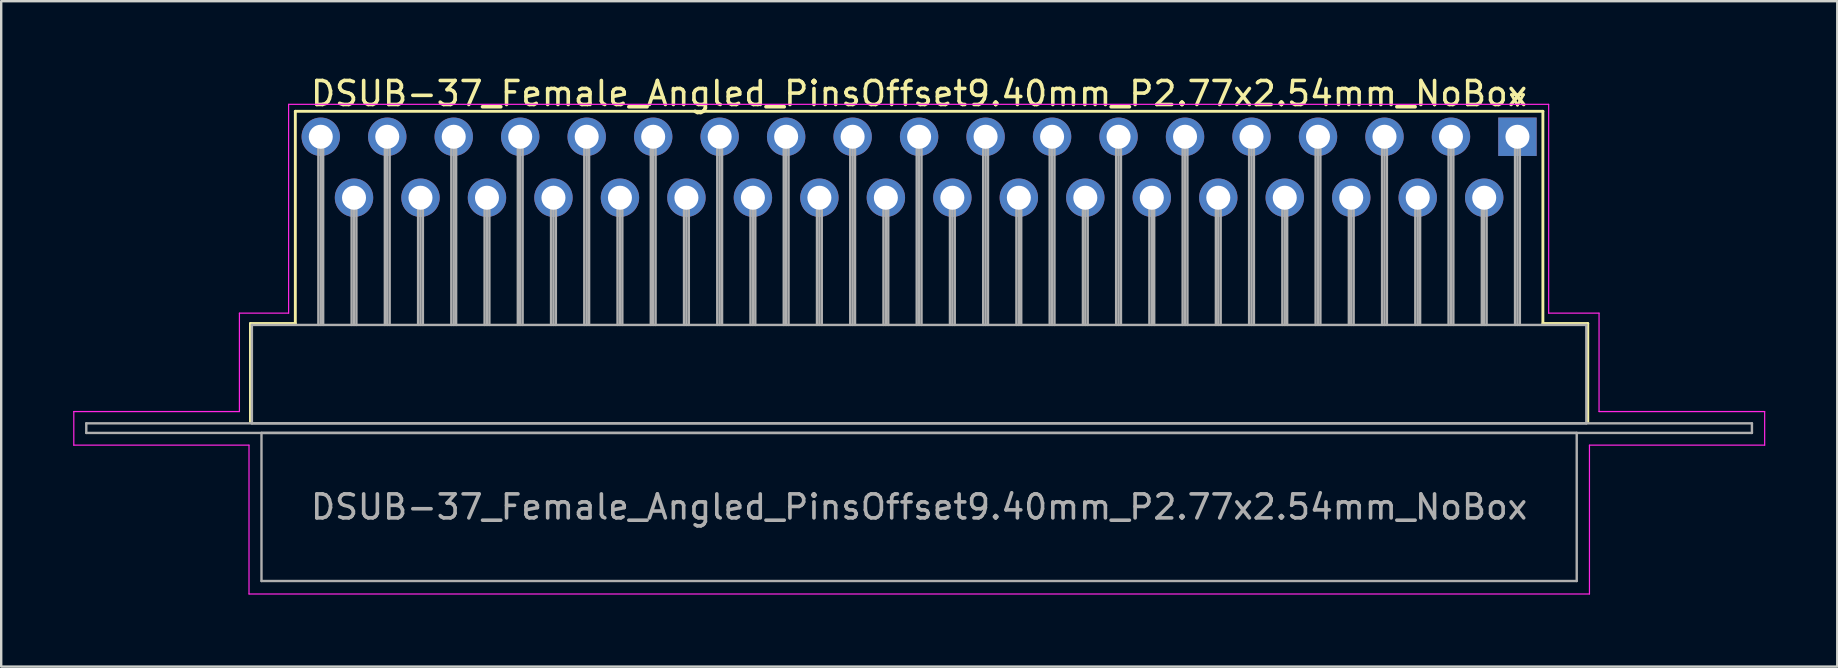
<source format=kicad_pcb>
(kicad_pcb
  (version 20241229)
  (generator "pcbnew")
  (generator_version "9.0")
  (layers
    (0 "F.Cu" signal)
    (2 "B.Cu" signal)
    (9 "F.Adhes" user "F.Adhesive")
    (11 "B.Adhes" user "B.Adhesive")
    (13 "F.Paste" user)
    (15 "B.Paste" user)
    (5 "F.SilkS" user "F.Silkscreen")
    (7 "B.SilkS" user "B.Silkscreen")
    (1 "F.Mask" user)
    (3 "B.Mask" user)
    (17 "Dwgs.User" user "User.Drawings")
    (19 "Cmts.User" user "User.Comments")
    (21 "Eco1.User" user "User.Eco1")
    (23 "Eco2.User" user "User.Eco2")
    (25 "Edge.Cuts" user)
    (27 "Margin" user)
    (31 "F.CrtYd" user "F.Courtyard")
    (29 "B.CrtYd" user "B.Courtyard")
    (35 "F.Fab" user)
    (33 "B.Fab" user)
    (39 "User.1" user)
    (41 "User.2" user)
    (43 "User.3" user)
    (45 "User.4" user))
  (footprint "DSUB-37_Female_Angled_PinsOffset9.40mm_P2.77x2.54mm_NoBox"
    (layer "F.Cu")
    (at 60.175 2.648)
    (property "Reference" "DSUB-37_Female_Angled_PinsOffset9.40mm_P2.77x2.54mm_NoBox" (at -24.93 -1.8 0) (layer "F.SilkS") (effects (font (size 1 1) (thickness 0.15))))
    (attr through_hole)
    (fp_line (start -52.79 7.78) (end -50.92 7.78) (stroke (width 0.12) (type solid)) (layer "F.SilkS"))
    (fp_line (start -52.79 11.88) (end -52.79 7.78) (stroke (width 0.12) (type solid)) (layer "F.SilkS"))
    (fp_line (start -50.92 -1.06) (end 1.06 -1.06) (stroke (width 0.12) (type solid)) (layer "F.SilkS"))
    (fp_line (start -50.92 7.78) (end -50.92 -1.06) (stroke (width 0.12) (type solid)) (layer "F.SilkS"))
    (fp_line (start -0.25 -1.754) (end 0.25 -1.754) (stroke (width 0.12) (type solid)) (layer "F.SilkS"))
    (fp_line (start 0 -1.321) (end -0.25 -1.754) (stroke (width 0.12) (type solid)) (layer "F.SilkS"))
    (fp_line (start 0.25 -1.754) (end 0 -1.321) (stroke (width 0.12) (type solid)) (layer "F.SilkS"))
    (fp_line (start 1.06 -1.06) (end 1.06 7.78) (stroke (width 0.12) (type solid)) (layer "F.SilkS"))
    (fp_line (start 1.06 7.78) (end 2.93 7.78) (stroke (width 0.12) (type solid)) (layer "F.SilkS"))
    (fp_line (start 2.93 7.78) (end 2.93 11.88) (stroke (width 0.12) (type solid)) (layer "F.SilkS"))
    (fp_line (start -60.15 11.45) (end -53.25 11.45) (stroke (width 0.05) (type solid)) (layer "F.CrtYd"))
    (fp_line (start -60.15 12.85) (end -60.15 11.45) (stroke (width 0.05) (type solid)) (layer "F.CrtYd"))
    (fp_line (start -53.25 7.35) (end -51.2 7.35) (stroke (width 0.05) (type solid)) (layer "F.CrtYd"))
    (fp_line (start -53.25 11.45) (end -53.25 7.35) (stroke (width 0.05) (type solid)) (layer "F.CrtYd"))
    (fp_line (start -52.85 12.85) (end -60.15 12.85) (stroke (width 0.05) (type solid)) (layer "F.CrtYd"))
    (fp_line (start -52.85 19.05) (end -52.85 12.85) (stroke (width 0.05) (type solid)) (layer "F.CrtYd"))
    (fp_line (start -51.2 -1.35) (end 1.3 -1.35) (stroke (width 0.05) (type solid)) (layer "F.CrtYd"))
    (fp_line (start -51.2 7.35) (end -51.2 -1.35) (stroke (width 0.05) (type solid)) (layer "F.CrtYd"))
    (fp_line (start 1.3 -1.35) (end 1.3 7.35) (stroke (width 0.05) (type solid)) (layer "F.CrtYd"))
    (fp_line (start 1.3 7.35) (end 3.4 7.35) (stroke (width 0.05) (type solid)) (layer "F.CrtYd"))
    (fp_line (start 3 12.85) (end 3 19.05) (stroke (width 0.05) (type solid)) (layer "F.CrtYd"))
    (fp_line (start 3 19.05) (end -52.85 19.05) (stroke (width 0.05) (type solid)) (layer "F.CrtYd"))
    (fp_line (start 3.4 7.35) (end 3.4 11.45) (stroke (width 0.05) (type solid)) (layer "F.CrtYd"))
    (fp_line (start 3.4 11.45) (end 10.3 11.45) (stroke (width 0.05) (type solid)) (layer "F.CrtYd"))
    (fp_line (start 10.3 11.45) (end 10.3 12.85) (stroke (width 0.05) (type solid)) (layer "F.CrtYd"))
    (fp_line (start 10.3 12.85) (end 3 12.85) (stroke (width 0.05) (type solid)) (layer "F.CrtYd"))
    (fp_line (start -59.63 11.94) (end -59.63 12.34) (stroke (width 0.1) (type solid)) (layer "F.Fab"))
    (fp_line (start -59.63 12.34) (end 9.77 12.34) (stroke (width 0.1) (type solid)) (layer "F.Fab"))
    (fp_line (start -52.73 7.84) (end -52.73 11.94) (stroke (width 0.1) (type solid)) (layer "F.Fab"))
    (fp_line (start -52.73 11.94) (end 2.87 11.94) (stroke (width 0.1) (type solid)) (layer "F.Fab"))
    (fp_line (start -52.33 12.34) (end -52.33 18.51) (stroke (width 0.1) (type solid)) (layer "F.Fab"))
    (fp_line (start -52.33 18.51) (end 2.47 18.51) (stroke (width 0.1) (type solid)) (layer "F.Fab"))
    (fp_line (start -49.96 0) (end -49.96 7.84) (stroke (width 0.1) (type solid)) (layer "F.Fab"))
    (fp_line (start -49.86 0) (end -49.86 7.84) (stroke (width 0.1) (type solid)) (layer "F.Fab"))
    (fp_line (start -49.76 0) (end -49.76 7.84) (stroke (width 0.1) (type solid)) (layer "F.Fab"))
    (fp_line (start -48.575 2.54) (end -48.575 7.84) (stroke (width 0.1) (type solid)) (layer "F.Fab"))
    (fp_line (start -48.475 2.54) (end -48.475 7.84) (stroke (width 0.1) (type solid)) (layer "F.Fab"))
    (fp_line (start -48.375 2.54) (end -48.375 7.84) (stroke (width 0.1) (type solid)) (layer "F.Fab"))
    (fp_line (start -47.19 0) (end -47.19 7.84) (stroke (width 0.1) (type solid)) (layer "F.Fab"))
    (fp_line (start -47.09 0) (end -47.09 7.84) (stroke (width 0.1) (type solid)) (layer "F.Fab"))
    (fp_line (start -46.99 0) (end -46.99 7.84) (stroke (width 0.1) (type solid)) (layer "F.Fab"))
    (fp_line (start -45.805 2.54) (end -45.805 7.84) (stroke (width 0.1) (type solid)) (layer "F.Fab"))
    (fp_line (start -45.705 2.54) (end -45.705 7.84) (stroke (width 0.1) (type solid)) (layer "F.Fab"))
    (fp_line (start -45.605 2.54) (end -45.605 7.84) (stroke (width 0.1) (type solid)) (layer "F.Fab"))
    (fp_line (start -44.42 0) (end -44.42 7.84) (stroke (width 0.1) (type solid)) (layer "F.Fab"))
    (fp_line (start -44.32 0) (end -44.32 7.84) (stroke (width 0.1) (type solid)) (layer "F.Fab"))
    (fp_line (start -44.22 0) (end -44.22 7.84) (stroke (width 0.1) (type solid)) (layer "F.Fab"))
    (fp_line (start -43.035 2.54) (end -43.035 7.84) (stroke (width 0.1) (type solid)) (layer "F.Fab"))
    (fp_line (start -42.935 2.54) (end -42.935 7.84) (stroke (width 0.1) (type solid)) (layer "F.Fab"))
    (fp_line (start -42.835 2.54) (end -42.835 7.84) (stroke (width 0.1) (type solid)) (layer "F.Fab"))
    (fp_line (start -41.65 0) (end -41.65 7.84) (stroke (width 0.1) (type solid)) (layer "F.Fab"))
    (fp_line (start -41.55 0) (end -41.55 7.84) (stroke (width 0.1) (type solid)) (layer "F.Fab"))
    (fp_line (start -41.45 0) (end -41.45 7.84) (stroke (width 0.1) (type solid)) (layer "F.Fab"))
    (fp_line (start -40.265 2.54) (end -40.265 7.84) (stroke (width 0.1) (type solid)) (layer "F.Fab"))
    (fp_line (start -40.165 2.54) (end -40.165 7.84) (stroke (width 0.1) (type solid)) (layer "F.Fab"))
    (fp_line (start -40.065 2.54) (end -40.065 7.84) (stroke (width 0.1) (type solid)) (layer "F.Fab"))
    (fp_line (start -38.88 0) (end -38.88 7.84) (stroke (width 0.1) (type solid)) (layer "F.Fab"))
    (fp_line (start -38.78 0) (end -38.78 7.84) (stroke (width 0.1) (type solid)) (layer "F.Fab"))
    (fp_line (start -38.68 0) (end -38.68 7.84) (stroke (width 0.1) (type solid)) (layer "F.Fab"))
    (fp_line (start -37.495 2.54) (end -37.495 7.84) (stroke (width 0.1) (type solid)) (layer "F.Fab"))
    (fp_line (start -37.395 2.54) (end -37.395 7.84) (stroke (width 0.1) (type solid)) (layer "F.Fab"))
    (fp_line (start -37.295 2.54) (end -37.295 7.84) (stroke (width 0.1) (type solid)) (layer "F.Fab"))
    (fp_line (start -36.11 0) (end -36.11 7.84) (stroke (width 0.1) (type solid)) (layer "F.Fab"))
    (fp_line (start -36.01 0) (end -36.01 7.84) (stroke (width 0.1) (type solid)) (layer "F.Fab"))
    (fp_line (start -35.91 0) (end -35.91 7.84) (stroke (width 0.1) (type solid)) (layer "F.Fab"))
    (fp_line (start -34.725 2.54) (end -34.725 7.84) (stroke (width 0.1) (type solid)) (layer "F.Fab"))
    (fp_line (start -34.625 2.54) (end -34.625 7.84) (stroke (width 0.1) (type solid)) (layer "F.Fab"))
    (fp_line (start -34.525 2.54) (end -34.525 7.84) (stroke (width 0.1) (type solid)) (layer "F.Fab"))
    (fp_line (start -33.34 0) (end -33.34 7.84) (stroke (width 0.1) (type solid)) (layer "F.Fab"))
    (fp_line (start -33.24 0) (end -33.24 7.84) (stroke (width 0.1) (type solid)) (layer "F.Fab"))
    (fp_line (start -33.14 0) (end -33.14 7.84) (stroke (width 0.1) (type solid)) (layer "F.Fab"))
    (fp_line (start -31.955 2.54) (end -31.955 7.84) (stroke (width 0.1) (type solid)) (layer "F.Fab"))
    (fp_line (start -31.855 2.54) (end -31.855 7.84) (stroke (width 0.1) (type solid)) (layer "F.Fab"))
    (fp_line (start -31.755 2.54) (end -31.755 7.84) (stroke (width 0.1) (type solid)) (layer "F.Fab"))
    (fp_line (start -30.57 0) (end -30.57 7.84) (stroke (width 0.1) (type solid)) (layer "F.Fab"))
    (fp_line (start -30.47 0) (end -30.47 7.84) (stroke (width 0.1) (type solid)) (layer "F.Fab"))
    (fp_line (start -30.37 0) (end -30.37 7.84) (stroke (width 0.1) (type solid)) (layer "F.Fab"))
    (fp_line (start -29.185 2.54) (end -29.185 7.84) (stroke (width 0.1) (type solid)) (layer "F.Fab"))
    (fp_line (start -29.085 2.54) (end -29.085 7.84) (stroke (width 0.1) (type solid)) (layer "F.Fab"))
    (fp_line (start -28.985 2.54) (end -28.985 7.84) (stroke (width 0.1) (type solid)) (layer "F.Fab"))
    (fp_line (start -27.8 0) (end -27.8 7.84) (stroke (width 0.1) (type solid)) (layer "F.Fab"))
    (fp_line (start -27.7 0) (end -27.7 7.84) (stroke (width 0.1) (type solid)) (layer "F.Fab"))
    (fp_line (start -27.6 0) (end -27.6 7.84) (stroke (width 0.1) (type solid)) (layer "F.Fab"))
    (fp_line (start -26.415 2.54) (end -26.415 7.84) (stroke (width 0.1) (type solid)) (layer "F.Fab"))
    (fp_line (start -26.315 2.54) (end -26.315 7.84) (stroke (width 0.1) (type solid)) (layer "F.Fab"))
    (fp_line (start -26.215 2.54) (end -26.215 7.84) (stroke (width 0.1) (type solid)) (layer "F.Fab"))
    (fp_line (start -25.03 0) (end -25.03 7.84) (stroke (width 0.1) (type solid)) (layer "F.Fab"))
    (fp_line (start -24.93 0) (end -24.93 7.84) (stroke (width 0.1) (type solid)) (layer "F.Fab"))
    (fp_line (start -24.83 0) (end -24.83 7.84) (stroke (width 0.1) (type solid)) (layer "F.Fab"))
    (fp_line (start -23.645 2.54) (end -23.645 7.84) (stroke (width 0.1) (type solid)) (layer "F.Fab"))
    (fp_line (start -23.545 2.54) (end -23.545 7.84) (stroke (width 0.1) (type solid)) (layer "F.Fab"))
    (fp_line (start -23.445 2.54) (end -23.445 7.84) (stroke (width 0.1) (type solid)) (layer "F.Fab"))
    (fp_line (start -22.26 0) (end -22.26 7.84) (stroke (width 0.1) (type solid)) (layer "F.Fab"))
    (fp_line (start -22.16 0) (end -22.16 7.84) (stroke (width 0.1) (type solid)) (layer "F.Fab"))
    (fp_line (start -22.06 0) (end -22.06 7.84) (stroke (width 0.1) (type solid)) (layer "F.Fab"))
    (fp_line (start -20.875 2.54) (end -20.875 7.84) (stroke (width 0.1) (type solid)) (layer "F.Fab"))
    (fp_line (start -20.775 2.54) (end -20.775 7.84) (stroke (width 0.1) (type solid)) (layer "F.Fab"))
    (fp_line (start -20.675 2.54) (end -20.675 7.84) (stroke (width 0.1) (type solid)) (layer "F.Fab"))
    (fp_line (start -19.49 0) (end -19.49 7.84) (stroke (width 0.1) (type solid)) (layer "F.Fab"))
    (fp_line (start -19.39 0) (end -19.39 7.84) (stroke (width 0.1) (type solid)) (layer "F.Fab"))
    (fp_line (start -19.29 0) (end -19.29 7.84) (stroke (width 0.1) (type solid)) (layer "F.Fab"))
    (fp_line (start -18.105 2.54) (end -18.105 7.84) (stroke (width 0.1) (type solid)) (layer "F.Fab"))
    (fp_line (start -18.005 2.54) (end -18.005 7.84) (stroke (width 0.1) (type solid)) (layer "F.Fab"))
    (fp_line (start -17.905 2.54) (end -17.905 7.84) (stroke (width 0.1) (type solid)) (layer "F.Fab"))
    (fp_line (start -16.72 0) (end -16.72 7.84) (stroke (width 0.1) (type solid)) (layer "F.Fab"))
    (fp_line (start -16.62 0) (end -16.62 7.84) (stroke (width 0.1) (type solid)) (layer "F.Fab"))
    (fp_line (start -16.52 0) (end -16.52 7.84) (stroke (width 0.1) (type solid)) (layer "F.Fab"))
    (fp_line (start -15.335 2.54) (end -15.335 7.84) (stroke (width 0.1) (type solid)) (layer "F.Fab"))
    (fp_line (start -15.235 2.54) (end -15.235 7.84) (stroke (width 0.1) (type solid)) (layer "F.Fab"))
    (fp_line (start -15.135 2.54) (end -15.135 7.84) (stroke (width 0.1) (type solid)) (layer "F.Fab"))
    (fp_line (start -13.95 0) (end -13.95 7.84) (stroke (width 0.1) (type solid)) (layer "F.Fab"))
    (fp_line (start -13.85 0) (end -13.85 7.84) (stroke (width 0.1) (type solid)) (layer "F.Fab"))
    (fp_line (start -13.75 0) (end -13.75 7.84) (stroke (width 0.1) (type solid)) (layer "F.Fab"))
    (fp_line (start -12.565 2.54) (end -12.565 7.84) (stroke (width 0.1) (type solid)) (layer "F.Fab"))
    (fp_line (start -12.465 2.54) (end -12.465 7.84) (stroke (width 0.1) (type solid)) (layer "F.Fab"))
    (fp_line (start -12.365 2.54) (end -12.365 7.84) (stroke (width 0.1) (type solid)) (layer "F.Fab"))
    (fp_line (start -11.18 0) (end -11.18 7.84) (stroke (width 0.1) (type solid)) (layer "F.Fab"))
    (fp_line (start -11.08 0) (end -11.08 7.84) (stroke (width 0.1) (type solid)) (layer "F.Fab"))
    (fp_line (start -10.98 0) (end -10.98 7.84) (stroke (width 0.1) (type solid)) (layer "F.Fab"))
    (fp_line (start -9.795 2.54) (end -9.795 7.84) (stroke (width 0.1) (type solid)) (layer "F.Fab"))
    (fp_line (start -9.695 2.54) (end -9.695 7.84) (stroke (width 0.1) (type solid)) (layer "F.Fab"))
    (fp_line (start -9.595 2.54) (end -9.595 7.84) (stroke (width 0.1) (type solid)) (layer "F.Fab"))
    (fp_line (start -8.41 0) (end -8.41 7.84) (stroke (width 0.1) (type solid)) (layer "F.Fab"))
    (fp_line (start -8.31 0) (end -8.31 7.84) (stroke (width 0.1) (type solid)) (layer "F.Fab"))
    (fp_line (start -8.21 0) (end -8.21 7.84) (stroke (width 0.1) (type solid)) (layer "F.Fab"))
    (fp_line (start -7.025 2.54) (end -7.025 7.84) (stroke (width 0.1) (type solid)) (layer "F.Fab"))
    (fp_line (start -6.925 2.54) (end -6.925 7.84) (stroke (width 0.1) (type solid)) (layer "F.Fab"))
    (fp_line (start -6.825 2.54) (end -6.825 7.84) (stroke (width 0.1) (type solid)) (layer "F.Fab"))
    (fp_line (start -5.64 0) (end -5.64 7.84) (stroke (width 0.1) (type solid)) (layer "F.Fab"))
    (fp_line (start -5.54 0) (end -5.54 7.84) (stroke (width 0.1) (type solid)) (layer "F.Fab"))
    (fp_line (start -5.44 0) (end -5.44 7.84) (stroke (width 0.1) (type solid)) (layer "F.Fab"))
    (fp_line (start -4.255 2.54) (end -4.255 7.84) (stroke (width 0.1) (type solid)) (layer "F.Fab"))
    (fp_line (start -4.155 2.54) (end -4.155 7.84) (stroke (width 0.1) (type solid)) (layer "F.Fab"))
    (fp_line (start -4.055 2.54) (end -4.055 7.84) (stroke (width 0.1) (type solid)) (layer "F.Fab"))
    (fp_line (start -2.87 0) (end -2.87 7.84) (stroke (width 0.1) (type solid)) (layer "F.Fab"))
    (fp_line (start -2.77 0) (end -2.77 7.84) (stroke (width 0.1) (type solid)) (layer "F.Fab"))
    (fp_line (start -2.67 0) (end -2.67 7.84) (stroke (width 0.1) (type solid)) (layer "F.Fab"))
    (fp_line (start -1.485 2.54) (end -1.485 7.84) (stroke (width 0.1) (type solid)) (layer "F.Fab"))
    (fp_line (start -1.385 2.54) (end -1.385 7.84) (stroke (width 0.1) (type solid)) (layer "F.Fab"))
    (fp_line (start -1.285 2.54) (end -1.285 7.84) (stroke (width 0.1) (type solid)) (layer "F.Fab"))
    (fp_line (start -0.1 0) (end -0.1 7.84) (stroke (width 0.1) (type solid)) (layer "F.Fab"))
    (fp_line (start 0 0) (end 0 7.84) (stroke (width 0.1) (type solid)) (layer "F.Fab"))
    (fp_line (start 0.1 0) (end 0.1 7.84) (stroke (width 0.1) (type solid)) (layer "F.Fab"))
    (fp_line (start 2.47 12.34) (end -52.33 12.34) (stroke (width 0.1) (type solid)) (layer "F.Fab"))
    (fp_line (start 2.47 18.51) (end 2.47 12.34) (stroke (width 0.1) (type solid)) (layer "F.Fab"))
    (fp_line (start 2.87 7.84) (end -52.73 7.84) (stroke (width 0.1) (type solid)) (layer "F.Fab"))
    (fp_line (start 2.87 11.94) (end 2.87 7.84) (stroke (width 0.1) (type solid)) (layer "F.Fab"))
    (fp_line (start 9.77 11.94) (end -59.63 11.94) (stroke (width 0.1) (type solid)) (layer "F.Fab"))
    (fp_line (start 9.77 12.34) (end 9.77 11.94) (stroke (width 0.1) (type solid)) (layer "F.Fab"))
    (fp_text user "${REFERENCE}" (at -24.93 15.425 0) (layer "F.Fab") (effects (font (size 1 1) (thickness 0.15))))
    (pad "1" thru_hole rect (at 0 0) (size 1.6 1.6) (drill 1) (layers "*.Cu" "*.Mask"))
    (pad "2" thru_hole circle (at -2.77 0) (size 1.6 1.6) (drill 1) (layers "*.Cu" "*.Mask"))
    (pad "3" thru_hole circle (at -5.54 0) (size 1.6 1.6) (drill 1) (layers "*.Cu" "*.Mask"))
    (pad "4" thru_hole circle (at -8.31 0) (size 1.6 1.6) (drill 1) (layers "*.Cu" "*.Mask"))
    (pad "5" thru_hole circle (at -11.08 0) (size 1.6 1.6) (drill 1) (layers "*.Cu" "*.Mask"))
    (pad "6" thru_hole circle (at -13.85 0) (size 1.6 1.6) (drill 1) (layers "*.Cu" "*.Mask"))
    (pad "7" thru_hole circle (at -16.62 0) (size 1.6 1.6) (drill 1) (layers "*.Cu" "*.Mask"))
    (pad "8" thru_hole circle (at -19.39 0) (size 1.6 1.6) (drill 1) (layers "*.Cu" "*.Mask"))
    (pad "9" thru_hole circle (at -22.16 0) (size 1.6 1.6) (drill 1) (layers "*.Cu" "*.Mask"))
    (pad "10" thru_hole circle (at -24.93 0) (size 1.6 1.6) (drill 1) (layers "*.Cu" "*.Mask"))
    (pad "11" thru_hole circle (at -27.7 0) (size 1.6 1.6) (drill 1) (layers "*.Cu" "*.Mask"))
    (pad "12" thru_hole circle (at -30.47 0) (size 1.6 1.6) (drill 1) (layers "*.Cu" "*.Mask"))
    (pad "13" thru_hole circle (at -33.24 0) (size 1.6 1.6) (drill 1) (layers "*.Cu" "*.Mask"))
    (pad "14" thru_hole circle (at -36.01 0) (size 1.6 1.6) (drill 1) (layers "*.Cu" "*.Mask"))
    (pad "15" thru_hole circle (at -38.78 0) (size 1.6 1.6) (drill 1) (layers "*.Cu" "*.Mask"))
    (pad "16" thru_hole circle (at -41.55 0) (size 1.6 1.6) (drill 1) (layers "*.Cu" "*.Mask"))
    (pad "17" thru_hole circle (at -44.32 0) (size 1.6 1.6) (drill 1) (layers "*.Cu" "*.Mask"))
    (pad "18" thru_hole circle (at -47.09 0) (size 1.6 1.6) (drill 1) (layers "*.Cu" "*.Mask"))
    (pad "19" thru_hole circle (at -49.86 0) (size 1.6 1.6) (drill 1) (layers "*.Cu" "*.Mask"))
    (pad "20" thru_hole circle (at -1.385 2.54) (size 1.6 1.6) (drill 1) (layers "*.Cu" "*.Mask"))
    (pad "21" thru_hole circle (at -4.155 2.54) (size 1.6 1.6) (drill 1) (layers "*.Cu" "*.Mask"))
    (pad "22" thru_hole circle (at -6.925 2.54) (size 1.6 1.6) (drill 1) (layers "*.Cu" "*.Mask"))
    (pad "23" thru_hole circle (at -9.695 2.54) (size 1.6 1.6) (drill 1) (layers "*.Cu" "*.Mask"))
    (pad "24" thru_hole circle (at -12.465 2.54) (size 1.6 1.6) (drill 1) (layers "*.Cu" "*.Mask"))
    (pad "25" thru_hole circle (at -15.235 2.54) (size 1.6 1.6) (drill 1) (layers "*.Cu" "*.Mask"))
    (pad "26" thru_hole circle (at -18.005 2.54) (size 1.6 1.6) (drill 1) (layers "*.Cu" "*.Mask"))
    (pad "27" thru_hole circle (at -20.775 2.54) (size 1.6 1.6) (drill 1) (layers "*.Cu" "*.Mask"))
    (pad "28" thru_hole circle (at -23.545 2.54) (size 1.6 1.6) (drill 1) (layers "*.Cu" "*.Mask"))
    (pad "29" thru_hole circle (at -26.315 2.54) (size 1.6 1.6) (drill 1) (layers "*.Cu" "*.Mask"))
    (pad "30" thru_hole circle (at -29.085 2.54) (size 1.6 1.6) (drill 1) (layers "*.Cu" "*.Mask"))
    (pad "31" thru_hole circle (at -31.855 2.54) (size 1.6 1.6) (drill 1) (layers "*.Cu" "*.Mask"))
    (pad "32" thru_hole circle (at -34.625 2.54) (size 1.6 1.6) (drill 1) (layers "*.Cu" "*.Mask"))
    (pad "33" thru_hole circle (at -37.395 2.54) (size 1.6 1.6) (drill 1) (layers "*.Cu" "*.Mask"))
    (pad "34" thru_hole circle (at -40.165 2.54) (size 1.6 1.6) (drill 1) (layers "*.Cu" "*.Mask"))
    (pad "35" thru_hole circle (at -42.935 2.54) (size 1.6 1.6) (drill 1) (layers "*.Cu" "*.Mask"))
    (pad "36" thru_hole circle (at -45.705 2.54) (size 1.6 1.6) (drill 1) (layers "*.Cu" "*.Mask"))
    (pad "37" thru_hole circle (at -48.475 2.54) (size 1.6 1.6) (drill 1) (layers "*.Cu" "*.Mask")))
  (gr_rect
    (start -3 -3)
    (end 73.5 24.723)
    (stroke (width 0.1) (type default))
    (fill no)
    (layer "Edge.Cuts")))
</source>
